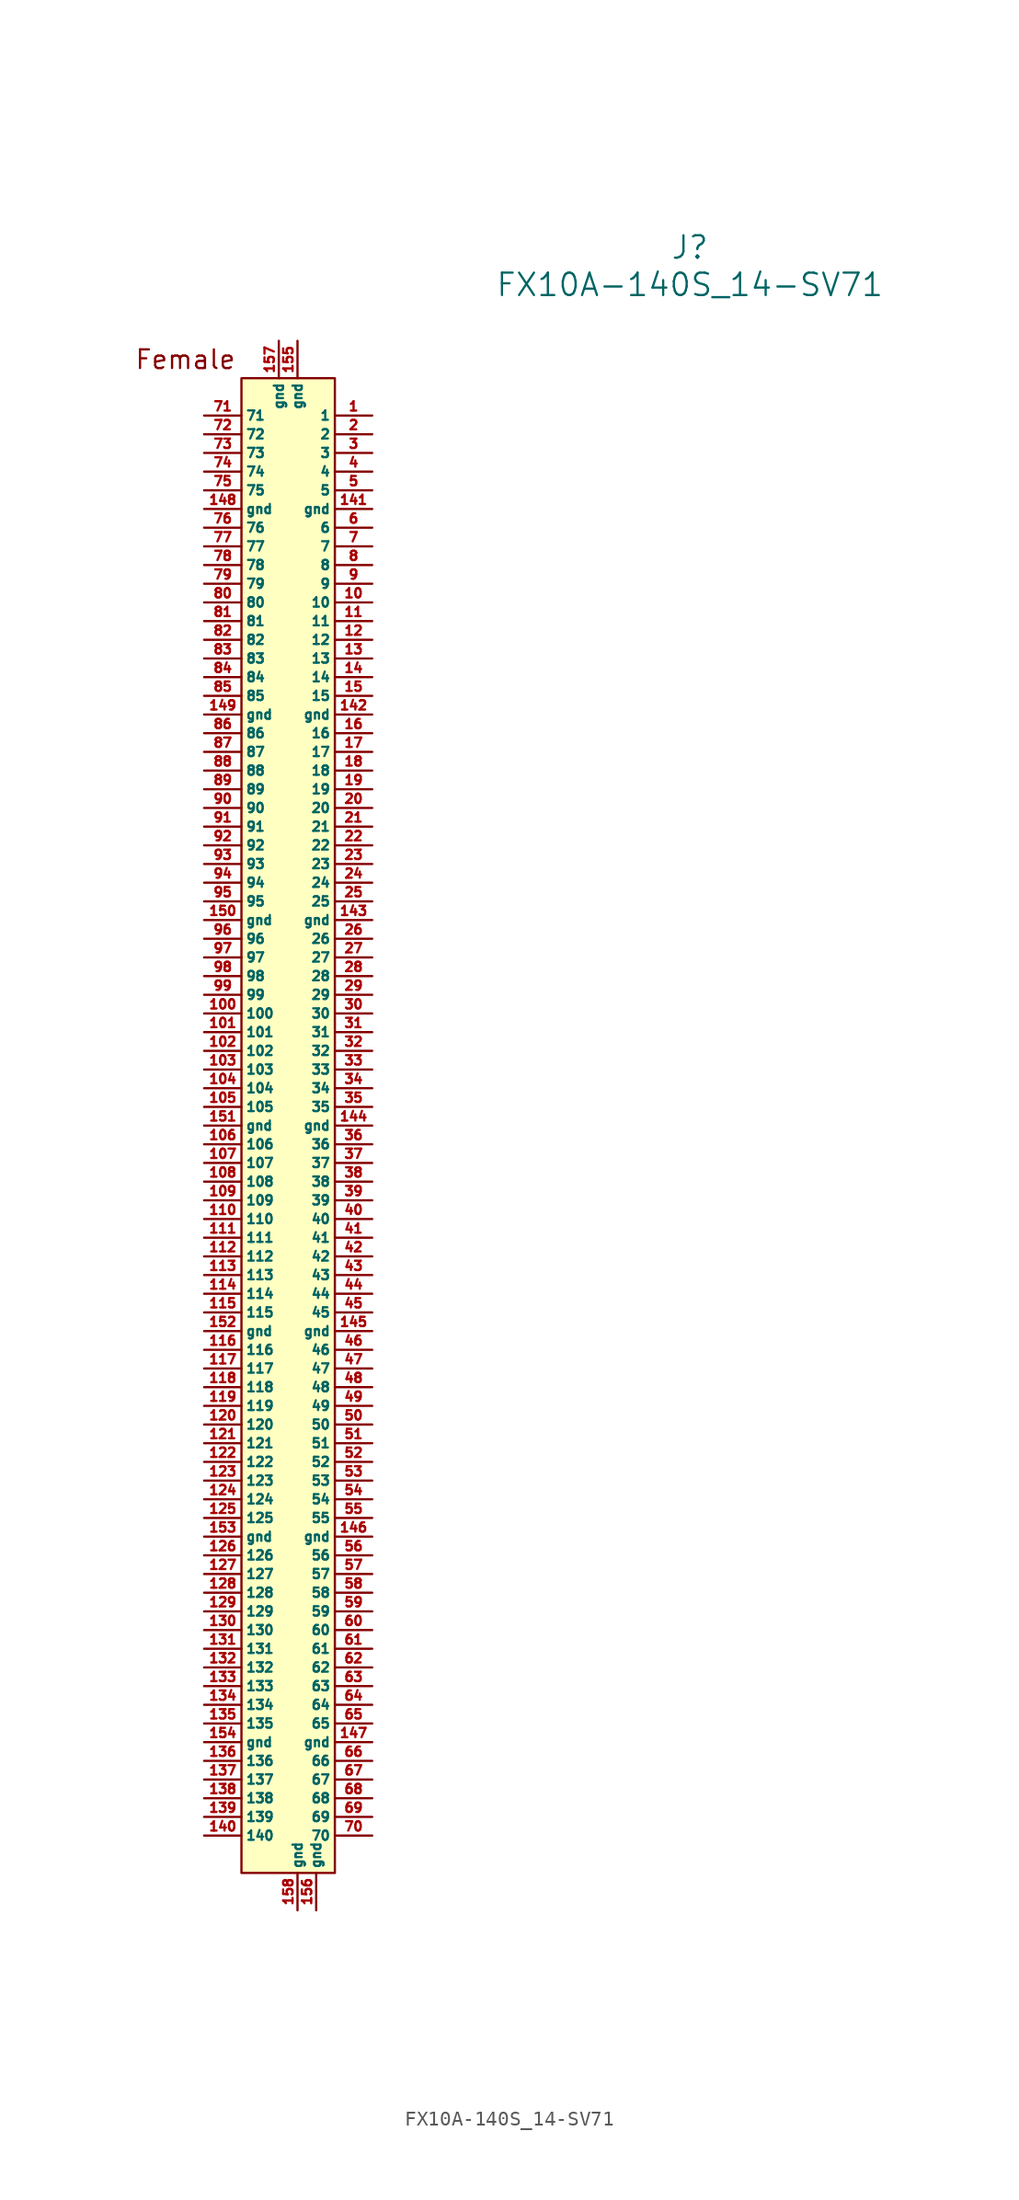
<source format=kicad_sym>
(kicad_symbol_lib
  (version 20211014)
  (generator kicad_symbol_editor)
  (symbol "FX10A-140S_14-SV71"
    (pin_names
      (offset 0.254))
    (property "Reference" "J"
      (at 38.1 113.03 0)
      (effects (font (size 1.524 1.524))))
    (property "Value" "FX10A-140S_14-SV71"
      (at 38.1 110.49 0)
      (effects (font (size 1.524 1.524))))
    (property "Datasheet" ""
      (at 21.59 -1.27 0)
      (effects (font (size 1.524 1.524))))
    (symbol "FX10A-140S_14-SV71_0_0"
      (text "Female" (at 3.81 105.41 0) (effects (font (size 1.27 1.27)))))
    (symbol "FX10A-140S_14-SV71_1_1"
      (rectangle (start 7.62 104.14) (end 13.97 2.54) (stroke (width 0) (type default) (color 0 0 0 0)) (fill (type background)))
      (pin input line (at 16.51 101.6 180) (length 2.54) (name "1" (effects (font (size 0.635 0.635)))) (number "1" (effects (font (size 0.635 0.635)))))
      (pin input line (at 16.51 88.9 180) (length 2.54) (name "10" (effects (font (size 0.635 0.635)))) (number "10" (effects (font (size 0.635 0.635)))))
      (pin input line (at 5.08 60.96 0) (length 2.54) (name "100" (effects (font (size 0.635 0.635)))) (number "100" (effects (font (size 0.635 0.635)))))
      (pin input line (at 5.08 59.69 0) (length 2.54) (name "101" (effects (font (size 0.635 0.635)))) (number "101" (effects (font (size 0.635 0.635)))))
      (pin input line (at 5.08 58.42 0) (length 2.54) (name "102" (effects (font (size 0.635 0.635)))) (number "102" (effects (font (size 0.635 0.635)))))
      (pin input line (at 5.08 57.15 0) (length 2.54) (name "103" (effects (font (size 0.635 0.635)))) (number "103" (effects (font (size 0.635 0.635)))))
      (pin input line (at 5.08 55.88 0) (length 2.54) (name "104" (effects (font (size 0.635 0.635)))) (number "104" (effects (font (size 0.635 0.635)))))
      (pin input line (at 5.08 54.61 0) (length 2.54) (name "105" (effects (font (size 0.635 0.635)))) (number "105" (effects (font (size 0.635 0.635)))))
      (pin input line (at 5.08 52.07 0) (length 2.54) (name "106" (effects (font (size 0.635 0.635)))) (number "106" (effects (font (size 0.635 0.635)))))
      (pin input line (at 5.08 50.8 0) (length 2.54) (name "107" (effects (font (size 0.635 0.635)))) (number "107" (effects (font (size 0.635 0.635)))))
      (pin input line (at 5.08 49.53 0) (length 2.54) (name "108" (effects (font (size 0.635 0.635)))) (number "108" (effects (font (size 0.635 0.635)))))
      (pin input line (at 5.08 48.26 0) (length 2.54) (name "109" (effects (font (size 0.635 0.635)))) (number "109" (effects (font (size 0.635 0.635)))))
      (pin input line (at 16.51 87.63 180) (length 2.54) (name "11" (effects (font (size 0.635 0.635)))) (number "11" (effects (font (size 0.635 0.635)))))
      (pin input line (at 5.08 46.99 0) (length 2.54) (name "110" (effects (font (size 0.635 0.635)))) (number "110" (effects (font (size 0.635 0.635)))))
      (pin input line (at 5.08 45.72 0) (length 2.54) (name "111" (effects (font (size 0.635 0.635)))) (number "111" (effects (font (size 0.635 0.635)))))
      (pin input line (at 5.08 44.45 0) (length 2.54) (name "112" (effects (font (size 0.635 0.635)))) (number "112" (effects (font (size 0.635 0.635)))))
      (pin input line (at 5.08 43.18 0) (length 2.54) (name "113" (effects (font (size 0.635 0.635)))) (number "113" (effects (font (size 0.635 0.635)))))
      (pin input line (at 5.08 41.91 0) (length 2.54) (name "114" (effects (font (size 0.635 0.635)))) (number "114" (effects (font (size 0.635 0.635)))))
      (pin input line (at 5.08 40.64 0) (length 2.54) (name "115" (effects (font (size 0.635 0.635)))) (number "115" (effects (font (size 0.635 0.635)))))
      (pin input line (at 5.08 38.1 0) (length 2.54) (name "116" (effects (font (size 0.635 0.635)))) (number "116" (effects (font (size 0.635 0.635)))))
      (pin input line (at 5.08 36.83 0) (length 2.54) (name "117" (effects (font (size 0.635 0.635)))) (number "117" (effects (font (size 0.635 0.635)))))
      (pin input line (at 5.08 35.56 0) (length 2.54) (name "118" (effects (font (size 0.635 0.635)))) (number "118" (effects (font (size 0.635 0.635)))))
      (pin input line (at 5.08 34.29 0) (length 2.54) (name "119" (effects (font (size 0.635 0.635)))) (number "119" (effects (font (size 0.635 0.635)))))
      (pin input line (at 16.51 86.36 180) (length 2.54) (name "12" (effects (font (size 0.635 0.635)))) (number "12" (effects (font (size 0.635 0.635)))))
      (pin input line (at 5.08 33.02 0) (length 2.54) (name "120" (effects (font (size 0.635 0.635)))) (number "120" (effects (font (size 0.635 0.635)))))
      (pin input line (at 5.08 31.75 0) (length 2.54) (name "121" (effects (font (size 0.635 0.635)))) (number "121" (effects (font (size 0.635 0.635)))))
      (pin input line (at 5.08 30.48 0) (length 2.54) (name "122" (effects (font (size 0.635 0.635)))) (number "122" (effects (font (size 0.635 0.635)))))
      (pin input line (at 5.08 29.21 0) (length 2.54) (name "123" (effects (font (size 0.635 0.635)))) (number "123" (effects (font (size 0.635 0.635)))))
      (pin input line (at 5.08 27.94 0) (length 2.54) (name "124" (effects (font (size 0.635 0.635)))) (number "124" (effects (font (size 0.635 0.635)))))
      (pin input line (at 5.08 26.67 0) (length 2.54) (name "125" (effects (font (size 0.635 0.635)))) (number "125" (effects (font (size 0.635 0.635)))))
      (pin input line (at 5.08 24.13 0) (length 2.54) (name "126" (effects (font (size 0.635 0.635)))) (number "126" (effects (font (size 0.635 0.635)))))
      (pin input line (at 5.08 22.86 0) (length 2.54) (name "127" (effects (font (size 0.635 0.635)))) (number "127" (effects (font (size 0.635 0.635)))))
      (pin input line (at 5.08 21.59 0) (length 2.54) (name "128" (effects (font (size 0.635 0.635)))) (number "128" (effects (font (size 0.635 0.635)))))
      (pin input line (at 5.08 20.32 0) (length 2.54) (name "129" (effects (font (size 0.635 0.635)))) (number "129" (effects (font (size 0.635 0.635)))))
      (pin input line (at 16.51 85.09 180) (length 2.54) (name "13" (effects (font (size 0.635 0.635)))) (number "13" (effects (font (size 0.635 0.635)))))
      (pin input line (at 5.08 19.05 0) (length 2.54) (name "130" (effects (font (size 0.635 0.635)))) (number "130" (effects (font (size 0.635 0.635)))))
      (pin input line (at 5.08 17.78 0) (length 2.54) (name "131" (effects (font (size 0.635 0.635)))) (number "131" (effects (font (size 0.635 0.635)))))
      (pin input line (at 5.08 16.51 0) (length 2.54) (name "132" (effects (font (size 0.635 0.635)))) (number "132" (effects (font (size 0.635 0.635)))))
      (pin input line (at 5.08 15.24 0) (length 2.54) (name "133" (effects (font (size 0.635 0.635)))) (number "133" (effects (font (size 0.635 0.635)))))
      (pin input line (at 5.08 13.97 0) (length 2.54) (name "134" (effects (font (size 0.635 0.635)))) (number "134" (effects (font (size 0.635 0.635)))))
      (pin input line (at 5.08 12.7 0) (length 2.54) (name "135" (effects (font (size 0.635 0.635)))) (number "135" (effects (font (size 0.635 0.635)))))
      (pin input line (at 5.08 10.16 0) (length 2.54) (name "136" (effects (font (size 0.635 0.635)))) (number "136" (effects (font (size 0.635 0.635)))))
      (pin input line (at 5.08 8.89 0) (length 2.54) (name "137" (effects (font (size 0.635 0.635)))) (number "137" (effects (font (size 0.635 0.635)))))
      (pin input line (at 5.08 7.62 0) (length 2.54) (name "138" (effects (font (size 0.635 0.635)))) (number "138" (effects (font (size 0.635 0.635)))))
      (pin input line (at 5.08 6.35 0) (length 2.54) (name "139" (effects (font (size 0.635 0.635)))) (number "139" (effects (font (size 0.635 0.635)))))
      (pin input line (at 16.51 83.82 180) (length 2.54) (name "14" (effects (font (size 0.635 0.635)))) (number "14" (effects (font (size 0.635 0.635)))))
      (pin input line (at 5.08 5.08 0) (length 2.54) (name "140" (effects (font (size 0.635 0.635)))) (number "140" (effects (font (size 0.635 0.635)))))
      (pin input line (at 16.51 95.25 180) (length 2.54) (name "gnd" (effects (font (size 0.635 0.635)))) (number "141" (effects (font (size 0.635 0.635)))))
      (pin input line (at 16.51 81.28 180) (length 2.54) (name "gnd" (effects (font (size 0.635 0.635)))) (number "142" (effects (font (size 0.635 0.635)))))
      (pin input line (at 16.51 67.31 180) (length 2.54) (name "gnd" (effects (font (size 0.635 0.635)))) (number "143" (effects (font (size 0.635 0.635)))))
      (pin input line (at 16.51 53.34 180) (length 2.54) (name "gnd" (effects (font (size 0.635 0.635)))) (number "144" (effects (font (size 0.635 0.635)))))
      (pin input line (at 16.51 39.37 180) (length 2.54) (name "gnd" (effects (font (size 0.635 0.635)))) (number "145" (effects (font (size 0.635 0.635)))))
      (pin input line (at 16.51 25.4 180) (length 2.54) (name "gnd" (effects (font (size 0.635 0.635)))) (number "146" (effects (font (size 0.635 0.635)))))
      (pin input line (at 16.51 11.43 180) (length 2.54) (name "gnd" (effects (font (size 0.635 0.635)))) (number "147" (effects (font (size 0.635 0.635)))))
      (pin input line (at 5.08 95.25 0) (length 2.54) (name "gnd" (effects (font (size 0.635 0.635)))) (number "148" (effects (font (size 0.635 0.635)))))
      (pin input line (at 5.08 81.28 0) (length 2.54) (name "gnd" (effects (font (size 0.635 0.635)))) (number "149" (effects (font (size 0.635 0.635)))))
      (pin input line (at 16.51 82.55 180) (length 2.54) (name "15" (effects (font (size 0.635 0.635)))) (number "15" (effects (font (size 0.635 0.635)))))
      (pin input line (at 5.08 67.31 0) (length 2.54) (name "gnd" (effects (font (size 0.635 0.635)))) (number "150" (effects (font (size 0.635 0.635)))))
      (pin input line (at 5.08 53.34 0) (length 2.54) (name "gnd" (effects (font (size 0.635 0.635)))) (number "151" (effects (font (size 0.635 0.635)))))
      (pin input line (at 5.08 39.37 0) (length 2.54) (name "gnd" (effects (font (size 0.635 0.635)))) (number "152" (effects (font (size 0.635 0.635)))))
      (pin input line (at 5.08 25.4 0) (length 2.54) (name "gnd" (effects (font (size 0.635 0.635)))) (number "153" (effects (font (size 0.635 0.635)))))
      (pin input line (at 5.08 11.43 0) (length 2.54) (name "gnd" (effects (font (size 0.635 0.635)))) (number "154" (effects (font (size 0.635 0.635)))))
      (pin input line (at 11.43 106.68 270) (length 2.54) (name "gnd" (effects (font (size 0.635 0.635)))) (number "155" (effects (font (size 0.635 0.635)))))
      (pin input line (at 12.7 0 90) (length 2.54) (name "gnd" (effects (font (size 0.635 0.635)))) (number "156" (effects (font (size 0.635 0.635)))))
      (pin input line (at 10.16 106.68 270) (length 2.54) (name "gnd" (effects (font (size 0.635 0.635)))) (number "157" (effects (font (size 0.635 0.635)))))
      (pin input line (at 11.43 0 90) (length 2.54) (name "gnd" (effects (font (size 0.635 0.635)))) (number "158" (effects (font (size 0.635 0.635)))))
      (pin input line (at 16.51 80.01 180) (length 2.54) (name "16" (effects (font (size 0.635 0.635)))) (number "16" (effects (font (size 0.635 0.635)))))
      (pin input line (at 16.51 78.74 180) (length 2.54) (name "17" (effects (font (size 0.635 0.635)))) (number "17" (effects (font (size 0.635 0.635)))))
      (pin input line (at 16.51 77.47 180) (length 2.54) (name "18" (effects (font (size 0.635 0.635)))) (number "18" (effects (font (size 0.635 0.635)))))
      (pin input line (at 16.51 76.2 180) (length 2.54) (name "19" (effects (font (size 0.635 0.635)))) (number "19" (effects (font (size 0.635 0.635)))))
      (pin input line (at 16.51 100.33 180) (length 2.54) (name "2" (effects (font (size 0.635 0.635)))) (number "2" (effects (font (size 0.635 0.635)))))
      (pin input line (at 16.51 74.93 180) (length 2.54) (name "20" (effects (font (size 0.635 0.635)))) (number "20" (effects (font (size 0.635 0.635)))))
      (pin input line (at 16.51 73.66 180) (length 2.54) (name "21" (effects (font (size 0.635 0.635)))) (number "21" (effects (font (size 0.635 0.635)))))
      (pin input line (at 16.51 72.39 180) (length 2.54) (name "22" (effects (font (size 0.635 0.635)))) (number "22" (effects (font (size 0.635 0.635)))))
      (pin input line (at 16.51 71.12 180) (length 2.54) (name "23" (effects (font (size 0.635 0.635)))) (number "23" (effects (font (size 0.635 0.635)))))
      (pin input line (at 16.51 69.85 180) (length 2.54) (name "24" (effects (font (size 0.635 0.635)))) (number "24" (effects (font (size 0.635 0.635)))))
      (pin input line (at 16.51 68.58 180) (length 2.54) (name "25" (effects (font (size 0.635 0.635)))) (number "25" (effects (font (size 0.635 0.635)))))
      (pin input line (at 16.51 66.04 180) (length 2.54) (name "26" (effects (font (size 0.635 0.635)))) (number "26" (effects (font (size 0.635 0.635)))))
      (pin input line (at 16.51 64.77 180) (length 2.54) (name "27" (effects (font (size 0.635 0.635)))) (number "27" (effects (font (size 0.635 0.635)))))
      (pin input line (at 16.51 63.5 180) (length 2.54) (name "28" (effects (font (size 0.635 0.635)))) (number "28" (effects (font (size 0.635 0.635)))))
      (pin input line (at 16.51 62.23 180) (length 2.54) (name "29" (effects (font (size 0.635 0.635)))) (number "29" (effects (font (size 0.635 0.635)))))
      (pin input line (at 16.51 99.06 180) (length 2.54) (name "3" (effects (font (size 0.635 0.635)))) (number "3" (effects (font (size 0.635 0.635)))))
      (pin input line (at 16.51 60.96 180) (length 2.54) (name "30" (effects (font (size 0.635 0.635)))) (number "30" (effects (font (size 0.635 0.635)))))
      (pin input line (at 16.51 59.69 180) (length 2.54) (name "31" (effects (font (size 0.635 0.635)))) (number "31" (effects (font (size 0.635 0.635)))))
      (pin input line (at 16.51 58.42 180) (length 2.54) (name "32" (effects (font (size 0.635 0.635)))) (number "32" (effects (font (size 0.635 0.635)))))
      (pin input line (at 16.51 57.15 180) (length 2.54) (name "33" (effects (font (size 0.635 0.635)))) (number "33" (effects (font (size 0.635 0.635)))))
      (pin input line (at 16.51 55.88 180) (length 2.54) (name "34" (effects (font (size 0.635 0.635)))) (number "34" (effects (font (size 0.635 0.635)))))
      (pin input line (at 16.51 54.61 180) (length 2.54) (name "35" (effects (font (size 0.635 0.635)))) (number "35" (effects (font (size 0.635 0.635)))))
      (pin input line (at 16.51 52.07 180) (length 2.54) (name "36" (effects (font (size 0.635 0.635)))) (number "36" (effects (font (size 0.635 0.635)))))
      (pin input line (at 16.51 50.8 180) (length 2.54) (name "37" (effects (font (size 0.635 0.635)))) (number "37" (effects (font (size 0.635 0.635)))))
      (pin input line (at 16.51 49.53 180) (length 2.54) (name "38" (effects (font (size 0.635 0.635)))) (number "38" (effects (font (size 0.635 0.635)))))
      (pin input line (at 16.51 48.26 180) (length 2.54) (name "39" (effects (font (size 0.635 0.635)))) (number "39" (effects (font (size 0.635 0.635)))))
      (pin input line (at 16.51 97.79 180) (length 2.54) (name "4" (effects (font (size 0.635 0.635)))) (number "4" (effects (font (size 0.635 0.635)))))
      (pin input line (at 16.51 46.99 180) (length 2.54) (name "40" (effects (font (size 0.635 0.635)))) (number "40" (effects (font (size 0.635 0.635)))))
      (pin input line (at 16.51 45.72 180) (length 2.54) (name "41" (effects (font (size 0.635 0.635)))) (number "41" (effects (font (size 0.635 0.635)))))
      (pin input line (at 16.51 44.45 180) (length 2.54) (name "42" (effects (font (size 0.635 0.635)))) (number "42" (effects (font (size 0.635 0.635)))))
      (pin input line (at 16.51 43.18 180) (length 2.54) (name "43" (effects (font (size 0.635 0.635)))) (number "43" (effects (font (size 0.635 0.635)))))
      (pin input line (at 16.51 41.91 180) (length 2.54) (name "44" (effects (font (size 0.635 0.635)))) (number "44" (effects (font (size 0.635 0.635)))))
      (pin input line (at 16.51 40.64 180) (length 2.54) (name "45" (effects (font (size 0.635 0.635)))) (number "45" (effects (font (size 0.635 0.635)))))
      (pin input line (at 16.51 38.1 180) (length 2.54) (name "46" (effects (font (size 0.635 0.635)))) (number "46" (effects (font (size 0.635 0.635)))))
      (pin input line (at 16.51 36.83 180) (length 2.54) (name "47" (effects (font (size 0.635 0.635)))) (number "47" (effects (font (size 0.635 0.635)))))
      (pin input line (at 16.51 35.56 180) (length 2.54) (name "48" (effects (font (size 0.635 0.635)))) (number "48" (effects (font (size 0.635 0.635)))))
      (pin input line (at 16.51 34.29 180) (length 2.54) (name "49" (effects (font (size 0.635 0.635)))) (number "49" (effects (font (size 0.635 0.635)))))
      (pin input line (at 16.51 96.52 180) (length 2.54) (name "5" (effects (font (size 0.635 0.635)))) (number "5" (effects (font (size 0.635 0.635)))))
      (pin input line (at 16.51 33.02 180) (length 2.54) (name "50" (effects (font (size 0.635 0.635)))) (number "50" (effects (font (size 0.635 0.635)))))
      (pin input line (at 16.51 31.75 180) (length 2.54) (name "51" (effects (font (size 0.635 0.635)))) (number "51" (effects (font (size 0.635 0.635)))))
      (pin input line (at 16.51 30.48 180) (length 2.54) (name "52" (effects (font (size 0.635 0.635)))) (number "52" (effects (font (size 0.635 0.635)))))
      (pin input line (at 16.51 29.21 180) (length 2.54) (name "53" (effects (font (size 0.635 0.635)))) (number "53" (effects (font (size 0.635 0.635)))))
      (pin input line (at 16.51 27.94 180) (length 2.54) (name "54" (effects (font (size 0.635 0.635)))) (number "54" (effects (font (size 0.635 0.635)))))
      (pin input line (at 16.51 26.67 180) (length 2.54) (name "55" (effects (font (size 0.635 0.635)))) (number "55" (effects (font (size 0.635 0.635)))))
      (pin input line (at 16.51 24.13 180) (length 2.54) (name "56" (effects (font (size 0.635 0.635)))) (number "56" (effects (font (size 0.635 0.635)))))
      (pin input line (at 16.51 22.86 180) (length 2.54) (name "57" (effects (font (size 0.635 0.635)))) (number "57" (effects (font (size 0.635 0.635)))))
      (pin input line (at 16.51 21.59 180) (length 2.54) (name "58" (effects (font (size 0.635 0.635)))) (number "58" (effects (font (size 0.635 0.635)))))
      (pin input line (at 16.51 20.32 180) (length 2.54) (name "59" (effects (font (size 0.635 0.635)))) (number "59" (effects (font (size 0.635 0.635)))))
      (pin input line (at 16.51 93.98 180) (length 2.54) (name "6" (effects (font (size 0.635 0.635)))) (number "6" (effects (font (size 0.635 0.635)))))
      (pin input line (at 16.51 19.05 180) (length 2.54) (name "60" (effects (font (size 0.635 0.635)))) (number "60" (effects (font (size 0.635 0.635)))))
      (pin input line (at 16.51 17.78 180) (length 2.54) (name "61" (effects (font (size 0.635 0.635)))) (number "61" (effects (font (size 0.635 0.635)))))
      (pin input line (at 16.51 16.51 180) (length 2.54) (name "62" (effects (font (size 0.635 0.635)))) (number "62" (effects (font (size 0.635 0.635)))))
      (pin input line (at 16.51 15.24 180) (length 2.54) (name "63" (effects (font (size 0.635 0.635)))) (number "63" (effects (font (size 0.635 0.635)))))
      (pin input line (at 16.51 13.97 180) (length 2.54) (name "64" (effects (font (size 0.635 0.635)))) (number "64" (effects (font (size 0.635 0.635)))))
      (pin input line (at 16.51 12.7 180) (length 2.54) (name "65" (effects (font (size 0.635 0.635)))) (number "65" (effects (font (size 0.635 0.635)))))
      (pin input line (at 16.51 10.16 180) (length 2.54) (name "66" (effects (font (size 0.635 0.635)))) (number "66" (effects (font (size 0.635 0.635)))))
      (pin input line (at 16.51 8.89 180) (length 2.54) (name "67" (effects (font (size 0.635 0.635)))) (number "67" (effects (font (size 0.635 0.635)))))
      (pin input line (at 16.51 7.62 180) (length 2.54) (name "68" (effects (font (size 0.635 0.635)))) (number "68" (effects (font (size 0.635 0.635)))))
      (pin input line (at 16.51 6.35 180) (length 2.54) (name "69" (effects (font (size 0.635 0.635)))) (number "69" (effects (font (size 0.635 0.635)))))
      (pin input line (at 16.51 92.71 180) (length 2.54) (name "7" (effects (font (size 0.635 0.635)))) (number "7" (effects (font (size 0.635 0.635)))))
      (pin input line (at 16.51 5.08 180) (length 2.54) (name "70" (effects (font (size 0.635 0.635)))) (number "70" (effects (font (size 0.635 0.635)))))
      (pin input line (at 5.08 101.6 0) (length 2.54) (name "71" (effects (font (size 0.635 0.635)))) (number "71" (effects (font (size 0.635 0.635)))))
      (pin input line (at 5.08 100.33 0) (length 2.54) (name "72" (effects (font (size 0.635 0.635)))) (number "72" (effects (font (size 0.635 0.635)))))
      (pin input line (at 5.08 99.06 0) (length 2.54) (name "73" (effects (font (size 0.635 0.635)))) (number "73" (effects (font (size 0.635 0.635)))))
      (pin input line (at 5.08 97.79 0) (length 2.54) (name "74" (effects (font (size 0.635 0.635)))) (number "74" (effects (font (size 0.635 0.635)))))
      (pin input line (at 5.08 96.52 0) (length 2.54) (name "75" (effects (font (size 0.635 0.635)))) (number "75" (effects (font (size 0.635 0.635)))))
      (pin input line (at 5.08 93.98 0) (length 2.54) (name "76" (effects (font (size 0.635 0.635)))) (number "76" (effects (font (size 0.635 0.635)))))
      (pin input line (at 5.08 92.71 0) (length 2.54) (name "77" (effects (font (size 0.635 0.635)))) (number "77" (effects (font (size 0.635 0.635)))))
      (pin input line (at 5.08 91.44 0) (length 2.54) (name "78" (effects (font (size 0.635 0.635)))) (number "78" (effects (font (size 0.635 0.635)))))
      (pin input line (at 5.08 90.17 0) (length 2.54) (name "79" (effects (font (size 0.635 0.635)))) (number "79" (effects (font (size 0.635 0.635)))))
      (pin input line (at 16.51 91.44 180) (length 2.54) (name "8" (effects (font (size 0.635 0.635)))) (number "8" (effects (font (size 0.635 0.635)))))
      (pin input line (at 5.08 88.9 0) (length 2.54) (name "80" (effects (font (size 0.635 0.635)))) (number "80" (effects (font (size 0.635 0.635)))))
      (pin input line (at 5.08 87.63 0) (length 2.54) (name "81" (effects (font (size 0.635 0.635)))) (number "81" (effects (font (size 0.635 0.635)))))
      (pin input line (at 5.08 86.36 0) (length 2.54) (name "82" (effects (font (size 0.635 0.635)))) (number "82" (effects (font (size 0.635 0.635)))))
      (pin input line (at 5.08 85.09 0) (length 2.54) (name "83" (effects (font (size 0.635 0.635)))) (number "83" (effects (font (size 0.635 0.635)))))
      (pin input line (at 5.08 83.82 0) (length 2.54) (name "84" (effects (font (size 0.635 0.635)))) (number "84" (effects (font (size 0.635 0.635)))))
      (pin input line (at 5.08 82.55 0) (length 2.54) (name "85" (effects (font (size 0.635 0.635)))) (number "85" (effects (font (size 0.635 0.635)))))
      (pin input line (at 5.08 80.01 0) (length 2.54) (name "86" (effects (font (size 0.635 0.635)))) (number "86" (effects (font (size 0.635 0.635)))))
      (pin input line (at 5.08 78.74 0) (length 2.54) (name "87" (effects (font (size 0.635 0.635)))) (number "87" (effects (font (size 0.635 0.635)))))
      (pin input line (at 5.08 77.47 0) (length 2.54) (name "88" (effects (font (size 0.635 0.635)))) (number "88" (effects (font (size 0.635 0.635)))))
      (pin input line (at 5.08 76.2 0) (length 2.54) (name "89" (effects (font (size 0.635 0.635)))) (number "89" (effects (font (size 0.635 0.635)))))
      (pin input line (at 16.51 90.17 180) (length 2.54) (name "9" (effects (font (size 0.635 0.635)))) (number "9" (effects (font (size 0.635 0.635)))))
      (pin input line (at 5.08 74.93 0) (length 2.54) (name "90" (effects (font (size 0.635 0.635)))) (number "90" (effects (font (size 0.635 0.635)))))
      (pin input line (at 5.08 73.66 0) (length 2.54) (name "91" (effects (font (size 0.635 0.635)))) (number "91" (effects (font (size 0.635 0.635)))))
      (pin input line (at 5.08 72.39 0) (length 2.54) (name "92" (effects (font (size 0.635 0.635)))) (number "92" (effects (font (size 0.635 0.635)))))
      (pin input line (at 5.08 71.12 0) (length 2.54) (name "93" (effects (font (size 0.635 0.635)))) (number "93" (effects (font (size 0.635 0.635)))))
      (pin input line (at 5.08 69.85 0) (length 2.54) (name "94" (effects (font (size 0.635 0.635)))) (number "94" (effects (font (size 0.635 0.635)))))
      (pin input line (at 5.08 68.58 0) (length 2.54) (name "95" (effects (font (size 0.635 0.635)))) (number "95" (effects (font (size 0.635 0.635)))))
      (pin input line (at 5.08 66.04 0) (length 2.54) (name "96" (effects (font (size 0.635 0.635)))) (number "96" (effects (font (size 0.635 0.635)))))
      (pin input line (at 5.08 64.77 0) (length 2.54) (name "97" (effects (font (size 0.635 0.635)))) (number "97" (effects (font (size 0.635 0.635)))))
      (pin input line (at 5.08 63.5 0) (length 2.54) (name "98" (effects (font (size 0.635 0.635)))) (number "98" (effects (font (size 0.635 0.635)))))
      (pin input line (at 5.08 62.23 0) (length 2.54) (name "99" (effects (font (size 0.635 0.635)))) (number "99" (effects (font (size 0.635 0.635))))))))
</source>
